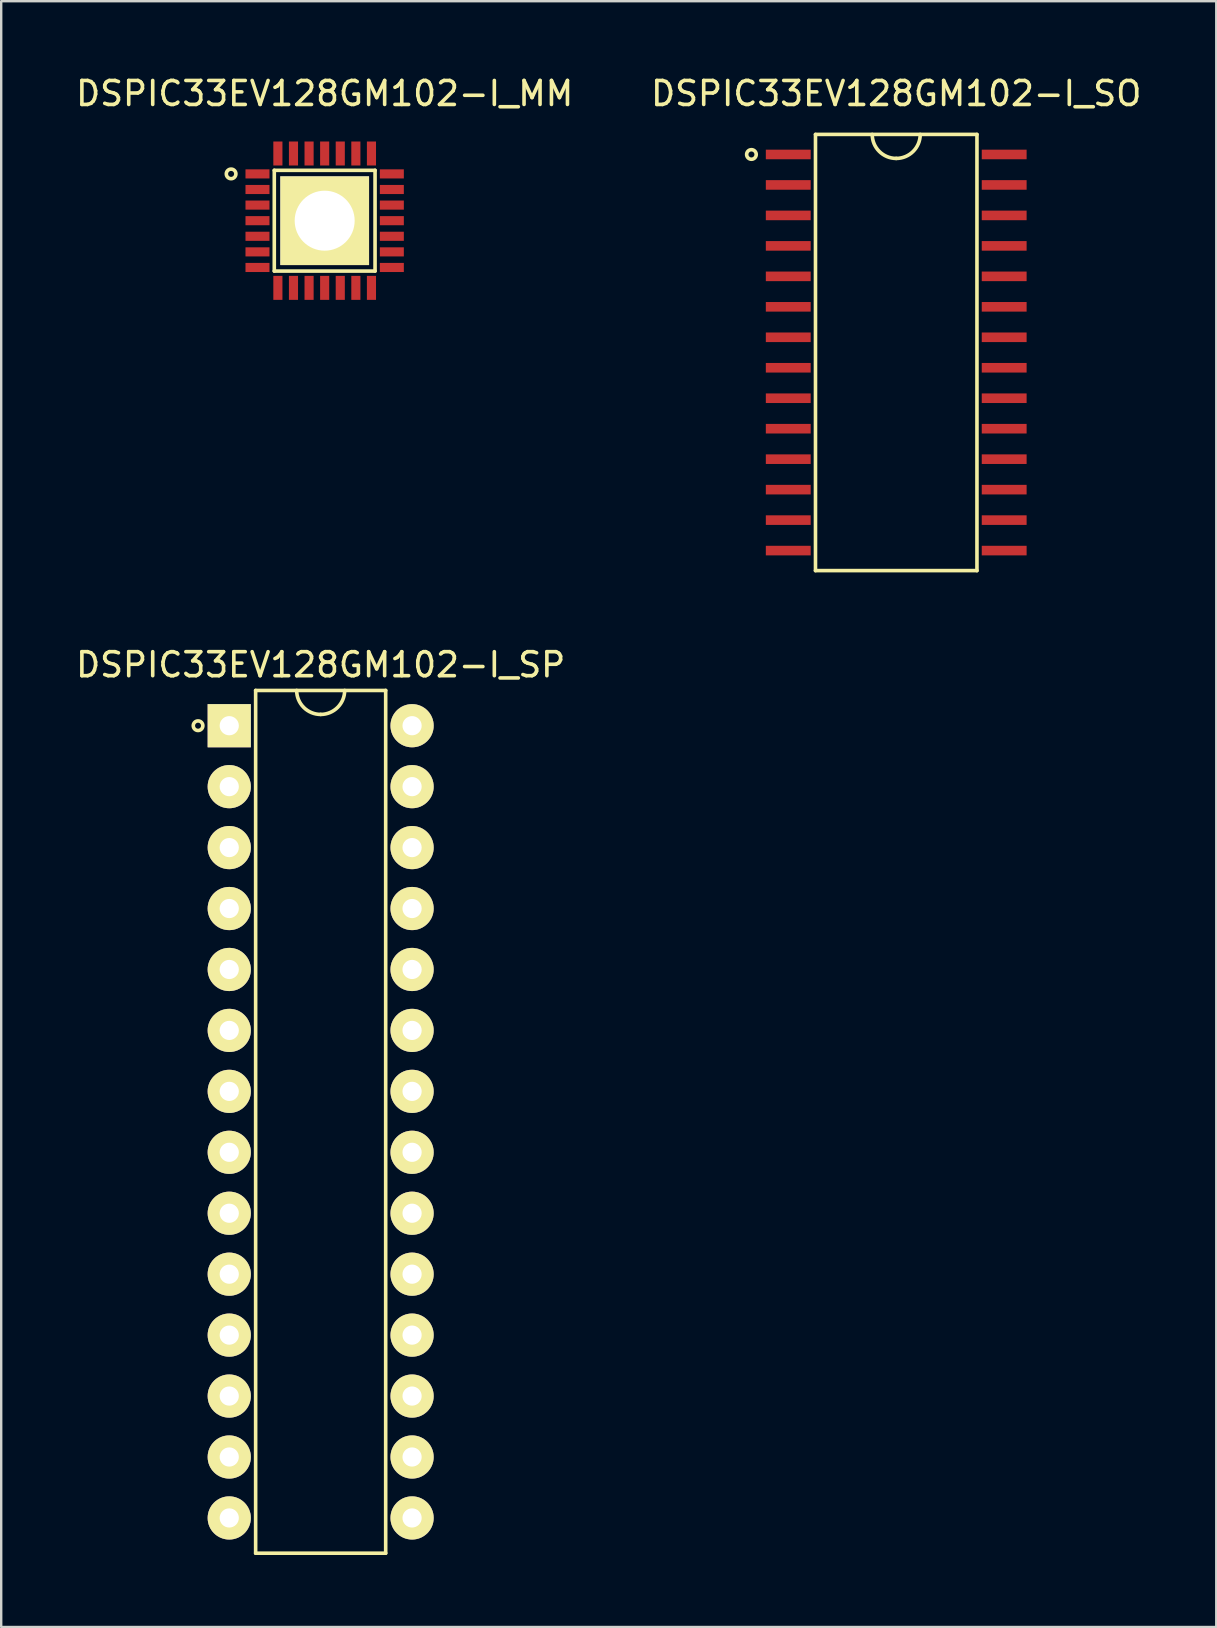
<source format=kicad_pcb>
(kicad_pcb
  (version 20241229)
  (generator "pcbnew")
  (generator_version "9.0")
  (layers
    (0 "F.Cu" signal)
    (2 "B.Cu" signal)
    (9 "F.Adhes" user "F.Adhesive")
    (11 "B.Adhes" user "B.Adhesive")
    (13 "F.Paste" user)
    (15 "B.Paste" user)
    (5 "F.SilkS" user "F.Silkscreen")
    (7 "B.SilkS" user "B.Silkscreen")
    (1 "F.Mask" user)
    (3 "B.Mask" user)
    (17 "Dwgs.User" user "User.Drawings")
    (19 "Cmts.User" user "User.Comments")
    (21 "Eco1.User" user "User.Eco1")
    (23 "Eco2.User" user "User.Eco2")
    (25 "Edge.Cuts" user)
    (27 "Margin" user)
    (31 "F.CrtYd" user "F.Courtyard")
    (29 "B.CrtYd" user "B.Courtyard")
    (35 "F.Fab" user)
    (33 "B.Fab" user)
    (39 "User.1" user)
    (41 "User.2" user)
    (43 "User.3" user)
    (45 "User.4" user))
  (footprint "DSPIC33EV128GM102-I_SO"
    (layer "F.Cu")
    (at 29.804 3.388)
    (property "Reference" "DSPIC33EV128GM102-I_SO" (at 4.5 -2.54 0) (layer "F.SilkS") (effects (font (size 1 1) (thickness 0.15))))
    (attr through_hole)
    (fp_line (start 1.135 -0.835) (end 7.865 -0.835) (stroke (width 0.15) (type solid)) (layer "F.SilkS"))
    (fp_line (start 1.135 17.345) (end 1.135 -0.835) (stroke (width 0.15) (type solid)) (layer "F.SilkS"))
    (fp_line (start 7.865 -0.835) (end 7.865 17.345) (stroke (width 0.15) (type solid)) (layer "F.SilkS"))
    (fp_line (start 7.865 17.345) (end 1.135 17.345) (stroke (width 0.15) (type solid)) (layer "F.SilkS"))
    (fp_arc (start 4.5 0.165) (mid 3.792893 -0.127893) (end 3.5 -0.835) (stroke (width 0.15) (type solid)) (layer "F.SilkS"))
    (fp_arc (start 5.5 -0.835) (mid 5.207107 -0.127893) (end 4.5 0.165) (stroke (width 0.15) (type solid)) (layer "F.SilkS"))
    (fp_circle (center -1.535 0) (end -1.535 0.2) (stroke (width 0.15) (type solid)) (fill no) (layer "F.SilkS"))
    (pad "1" smd rect (at 0 0) (size 1.87 0.4) (layers "F.Cu" "F.Mask" "F.Paste"))
    (pad "2" smd rect (at 0 1.27) (size 1.87 0.4) (layers "F.Cu" "F.Mask" "F.Paste"))
    (pad "3" smd rect (at 0 2.54) (size 1.87 0.4) (layers "F.Cu" "F.Mask" "F.Paste"))
    (pad "4" smd rect (at 0 3.81) (size 1.87 0.4) (layers "F.Cu" "F.Mask" "F.Paste"))
    (pad "5" smd rect (at 0 5.08) (size 1.87 0.4) (layers "F.Cu" "F.Mask" "F.Paste"))
    (pad "6" smd rect (at 0 6.35) (size 1.87 0.4) (layers "F.Cu" "F.Mask" "F.Paste"))
    (pad "7" smd rect (at 0 7.62) (size 1.87 0.4) (layers "F.Cu" "F.Mask" "F.Paste"))
    (pad "8" smd rect (at 0 8.89) (size 1.87 0.4) (layers "F.Cu" "F.Mask" "F.Paste"))
    (pad "9" smd rect (at 0 10.16) (size 1.87 0.4) (layers "F.Cu" "F.Mask" "F.Paste"))
    (pad "10" smd rect (at 0 11.43) (size 1.87 0.4) (layers "F.Cu" "F.Mask" "F.Paste"))
    (pad "11" smd rect (at 0 12.7) (size 1.87 0.4) (layers "F.Cu" "F.Mask" "F.Paste"))
    (pad "12" smd rect (at 0 13.97) (size 1.87 0.4) (layers "F.Cu" "F.Mask" "F.Paste"))
    (pad "13" smd rect (at 0 15.24) (size 1.87 0.4) (layers "F.Cu" "F.Mask" "F.Paste"))
    (pad "14" smd rect (at 0 16.51) (size 1.87 0.4) (layers "F.Cu" "F.Mask" "F.Paste"))
    (pad "15" smd rect (at 9 16.51) (size 1.87 0.4) (layers "F.Cu" "F.Mask" "F.Paste"))
    (pad "16" smd rect (at 9 15.24) (size 1.87 0.4) (layers "F.Cu" "F.Mask" "F.Paste"))
    (pad "17" smd rect (at 9 13.97) (size 1.87 0.4) (layers "F.Cu" "F.Mask" "F.Paste"))
    (pad "18" smd rect (at 9 12.7) (size 1.87 0.4) (layers "F.Cu" "F.Mask" "F.Paste"))
    (pad "19" smd rect (at 9 11.43) (size 1.87 0.4) (layers "F.Cu" "F.Mask" "F.Paste"))
    (pad "20" smd rect (at 9 10.16) (size 1.87 0.4) (layers "F.Cu" "F.Mask" "F.Paste"))
    (pad "21" smd rect (at 9 8.89) (size 1.87 0.4) (layers "F.Cu" "F.Mask" "F.Paste"))
    (pad "22" smd rect (at 9 7.62) (size 1.87 0.4) (layers "F.Cu" "F.Mask" "F.Paste"))
    (pad "23" smd rect (at 9 6.35) (size 1.87 0.4) (layers "F.Cu" "F.Mask" "F.Paste"))
    (pad "24" smd rect (at 9 5.08) (size 1.87 0.4) (layers "F.Cu" "F.Mask" "F.Paste"))
    (pad "25" smd rect (at 9 3.81) (size 1.87 0.4) (layers "F.Cu" "F.Mask" "F.Paste"))
    (pad "26" smd rect (at 9 2.54) (size 1.87 0.4) (layers "F.Cu" "F.Mask" "F.Paste"))
    (pad "27" smd rect (at 9 1.27) (size 1.87 0.4) (layers "F.Cu" "F.Mask" "F.Paste"))
    (pad "28" smd rect (at 9 0) (size 1.87 0.4) (layers "F.Cu" "F.Mask" "F.Paste")))
  (footprint "DSPIC33EV128GM102-I_SP"
    (layer "F.Cu")
    (at 6.505 27.197)
    (property "Reference" "DSPIC33EV128GM102-I_SP" (at 3.81 -2.54 0) (layer "F.SilkS") (effects (font (size 1 1) (thickness 0.15))))
    (attr through_hole)
    (fp_line (start 1.1 -1.47) (end 6.52 -1.47) (stroke (width 0.15) (type solid)) (layer "F.SilkS"))
    (fp_line (start 1.1 34.49) (end 1.1 -1.47) (stroke (width 0.15) (type solid)) (layer "F.SilkS"))
    (fp_line (start 6.52 -1.47) (end 6.52 34.49) (stroke (width 0.15) (type solid)) (layer "F.SilkS"))
    (fp_line (start 6.52 34.49) (end 1.1 34.49) (stroke (width 0.15) (type solid)) (layer "F.SilkS"))
    (fp_arc (start 3.81 -0.47) (mid 3.102893 -0.762893) (end 2.81 -1.47) (stroke (width 0.15) (type solid)) (layer "F.SilkS"))
    (fp_arc (start 4.81 -1.47) (mid 4.517107 -0.762893) (end 3.81 -0.47) (stroke (width 0.15) (type solid)) (layer "F.SilkS"))
    (fp_circle (center -1.3 0) (end -1.3 0.2) (stroke (width 0.15) (type solid)) (fill no) (layer "F.SilkS"))
    (pad "1" thru_hole rect (at 0 0) (size 1.8 1.8) (drill 0.8) (layers "*.Cu" "*.Mask" "F.SilkS"))
    (pad "2" thru_hole circle (at 0 2.54) (size 1.8 1.8) (drill 0.8) (layers "*.Cu" "*.Mask" "F.SilkS"))
    (pad "3" thru_hole circle (at 0 5.08) (size 1.8 1.8) (drill 0.8) (layers "*.Cu" "*.Mask" "F.SilkS"))
    (pad "4" thru_hole circle (at 0 7.62) (size 1.8 1.8) (drill 0.8) (layers "*.Cu" "*.Mask" "F.SilkS"))
    (pad "5" thru_hole circle (at 0 10.16) (size 1.8 1.8) (drill 0.8) (layers "*.Cu" "*.Mask" "F.SilkS"))
    (pad "6" thru_hole circle (at 0 12.7) (size 1.8 1.8) (drill 0.8) (layers "*.Cu" "*.Mask" "F.SilkS"))
    (pad "7" thru_hole circle (at 0 15.24) (size 1.8 1.8) (drill 0.8) (layers "*.Cu" "*.Mask" "F.SilkS"))
    (pad "8" thru_hole circle (at 0 17.78) (size 1.8 1.8) (drill 0.8) (layers "*.Cu" "*.Mask" "F.SilkS"))
    (pad "9" thru_hole circle (at 0 20.32) (size 1.8 1.8) (drill 0.8) (layers "*.Cu" "*.Mask" "F.SilkS"))
    (pad "10" thru_hole circle (at 0 22.86) (size 1.8 1.8) (drill 0.8) (layers "*.Cu" "*.Mask" "F.SilkS"))
    (pad "11" thru_hole circle (at 0 25.4) (size 1.8 1.8) (drill 0.8) (layers "*.Cu" "*.Mask" "F.SilkS"))
    (pad "12" thru_hole circle (at 0 27.94) (size 1.8 1.8) (drill 0.8) (layers "*.Cu" "*.Mask" "F.SilkS"))
    (pad "13" thru_hole circle (at 0 30.48) (size 1.8 1.8) (drill 0.8) (layers "*.Cu" "*.Mask" "F.SilkS"))
    (pad "14" thru_hole circle (at 0 33.02) (size 1.8 1.8) (drill 0.8) (layers "*.Cu" "*.Mask" "F.SilkS"))
    (pad "15" thru_hole circle (at 7.62 33.02) (size 1.8 1.8) (drill 0.8) (layers "*.Cu" "*.Mask" "F.SilkS"))
    (pad "16" thru_hole circle (at 7.62 30.48) (size 1.8 1.8) (drill 0.8) (layers "*.Cu" "*.Mask" "F.SilkS"))
    (pad "17" thru_hole circle (at 7.62 27.94) (size 1.8 1.8) (drill 0.8) (layers "*.Cu" "*.Mask" "F.SilkS"))
    (pad "18" thru_hole circle (at 7.62 25.4) (size 1.8 1.8) (drill 0.8) (layers "*.Cu" "*.Mask" "F.SilkS"))
    (pad "19" thru_hole circle (at 7.62 22.86) (size 1.8 1.8) (drill 0.8) (layers "*.Cu" "*.Mask" "F.SilkS"))
    (pad "20" thru_hole circle (at 7.62 20.32) (size 1.8 1.8) (drill 0.8) (layers "*.Cu" "*.Mask" "F.SilkS"))
    (pad "21" thru_hole circle (at 7.62 17.78) (size 1.8 1.8) (drill 0.8) (layers "*.Cu" "*.Mask" "F.SilkS"))
    (pad "22" thru_hole circle (at 7.62 15.24) (size 1.8 1.8) (drill 0.8) (layers "*.Cu" "*.Mask" "F.SilkS"))
    (pad "23" thru_hole circle (at 7.62 12.7) (size 1.8 1.8) (drill 0.8) (layers "*.Cu" "*.Mask" "F.SilkS"))
    (pad "24" thru_hole circle (at 7.62 10.16) (size 1.8 1.8) (drill 0.8) (layers "*.Cu" "*.Mask" "F.SilkS"))
    (pad "25" thru_hole circle (at 7.62 7.62) (size 1.8 1.8) (drill 0.8) (layers "*.Cu" "*.Mask" "F.SilkS"))
    (pad "26" thru_hole circle (at 7.62 5.08) (size 1.8 1.8) (drill 0.8) (layers "*.Cu" "*.Mask" "F.SilkS"))
    (pad "27" thru_hole circle (at 7.62 2.54) (size 1.8 1.8) (drill 0.8) (layers "*.Cu" "*.Mask" "F.SilkS"))
    (pad "28" thru_hole circle (at 7.62 0) (size 1.8 1.8) (drill 0.8) (layers "*.Cu" "*.Mask" "F.SilkS")))
  (footprint "DSPIC33EV128GM102-I_MM"
    (layer "F.Cu")
    (at 7.682 3.348)
    (property "Reference" "DSPIC33EV128GM102-I_MM" (at 2.8 -2.5 0) (layer "F.SilkS") (effects (font (size 1 1) (thickness 0.15))))
    (attr through_hole)
    (fp_line (start 0.7 0.7) (end 0.7 4.9) (stroke (width 0.15) (type solid)) (layer "F.SilkS"))
    (fp_line (start 0.7 0.7) (end 4.9 0.7) (stroke (width 0.15) (type solid)) (layer "F.SilkS"))
    (fp_line (start 0.7 4.9) (end 4.9 4.9) (stroke (width 0.15) (type solid)) (layer "F.SilkS"))
    (fp_line (start 4.9 4.9) (end 4.9 0.7) (stroke (width 0.15) (type solid)) (layer "F.SilkS"))
    (fp_circle (center -1.1 0.85) (end -1.1 0.65) (stroke (width 0.15) (type solid)) (fill no) (layer "F.SilkS"))
    (fp_circle (center 1.7 1.7) (end 1.7 1.2) (stroke (width 0.15) (type solid)) (fill no) (layer "F.SilkS"))
    (pad "1" smd rect (at 0 0.85) (size 1 0.38) (layers "F.Cu" "F.Mask" "F.Paste"))
    (pad "2" smd rect (at 0 1.5) (size 1 0.38) (layers "F.Cu" "F.Mask" "F.Paste"))
    (pad "3" smd rect (at 0 2.15) (size 1 0.38) (layers "F.Cu" "F.Mask" "F.Paste"))
    (pad "4" smd rect (at 0 2.8) (size 1 0.38) (layers "F.Cu" "F.Mask" "F.Paste"))
    (pad "5" smd rect (at 0 3.45) (size 1 0.38) (layers "F.Cu" "F.Mask" "F.Paste"))
    (pad "6" smd rect (at 0 4.1) (size 1 0.38) (layers "F.Cu" "F.Mask" "F.Paste"))
    (pad "7" smd rect (at 0 4.75) (size 1 0.38) (layers "F.Cu" "F.Mask" "F.Paste"))
    (pad "8" smd rect (at 0.85 5.6) (size 0.38 1) (layers "F.Cu" "F.Mask" "F.Paste"))
    (pad "9" smd rect (at 1.5 5.6) (size 0.38 1) (layers "F.Cu" "F.Mask" "F.Paste"))
    (pad "10" smd rect (at 2.15 5.6) (size 0.38 1) (layers "F.Cu" "F.Mask" "F.Paste"))
    (pad "11" smd rect (at 2.8 5.6) (size 0.38 1) (layers "F.Cu" "F.Mask" "F.Paste"))
    (pad "12" smd rect (at 3.45 5.6) (size 0.38 1) (layers "F.Cu" "F.Mask" "F.Paste"))
    (pad "13" smd rect (at 4.1 5.6) (size 0.38 1) (layers "F.Cu" "F.Mask" "F.Paste"))
    (pad "14" smd rect (at 4.75 5.6) (size 0.38 1) (layers "F.Cu" "F.Mask" "F.Paste"))
    (pad "15" smd rect (at 5.6 4.75) (size 1 0.38) (layers "F.Cu" "F.Mask" "F.Paste"))
    (pad "16" smd rect (at 5.6 4.1) (size 1 0.38) (layers "F.Cu" "F.Mask" "F.Paste"))
    (pad "17" smd rect (at 5.6 3.45) (size 1 0.38) (layers "F.Cu" "F.Mask" "F.Paste"))
    (pad "18" smd rect (at 5.6 2.8) (size 1 0.38) (layers "F.Cu" "F.Mask" "F.Paste"))
    (pad "19" smd rect (at 5.6 2.15) (size 1 0.38) (layers "F.Cu" "F.Mask" "F.Paste"))
    (pad "20" smd rect (at 5.6 1.5) (size 1 0.38) (layers "F.Cu" "F.Mask" "F.Paste"))
    (pad "21" smd rect (at 5.6 0.85) (size 1 0.38) (layers "F.Cu" "F.Mask" "F.Paste"))
    (pad "22" smd rect (at 4.75 0) (size 0.38 1) (layers "F.Cu" "F.Mask" "F.Paste"))
    (pad "23" smd rect (at 4.1 0) (size 0.38 1) (layers "F.Cu" "F.Mask" "F.Paste"))
    (pad "24" smd rect (at 3.45 0) (size 0.38 1) (layers "F.Cu" "F.Mask" "F.Paste"))
    (pad "25" smd rect (at 2.8 0) (size 0.38 1) (layers "F.Cu" "F.Mask" "F.Paste"))
    (pad "26" smd rect (at 2.15 0) (size 0.38 1) (layers "F.Cu" "F.Mask" "F.Paste"))
    (pad "27" smd rect (at 1.5 0) (size 0.38 1) (layers "F.Cu" "F.Mask" "F.Paste"))
    (pad "28" smd rect (at 0.85 0) (size 0.38 1) (layers "F.Cu" "F.Mask" "F.Paste"))
    (pad "999" thru_hole rect (at 2.8 2.8) (size 3.7 3.7) (drill 2.5) (layers "*.Cu" "*.Mask" "F.SilkS")))
  (gr_rect
    (start -3 -3)
    (end 47.643 64.761)
    (stroke (width 0.1) (type default))
    (fill no)
    (layer "Edge.Cuts")))
</source>
